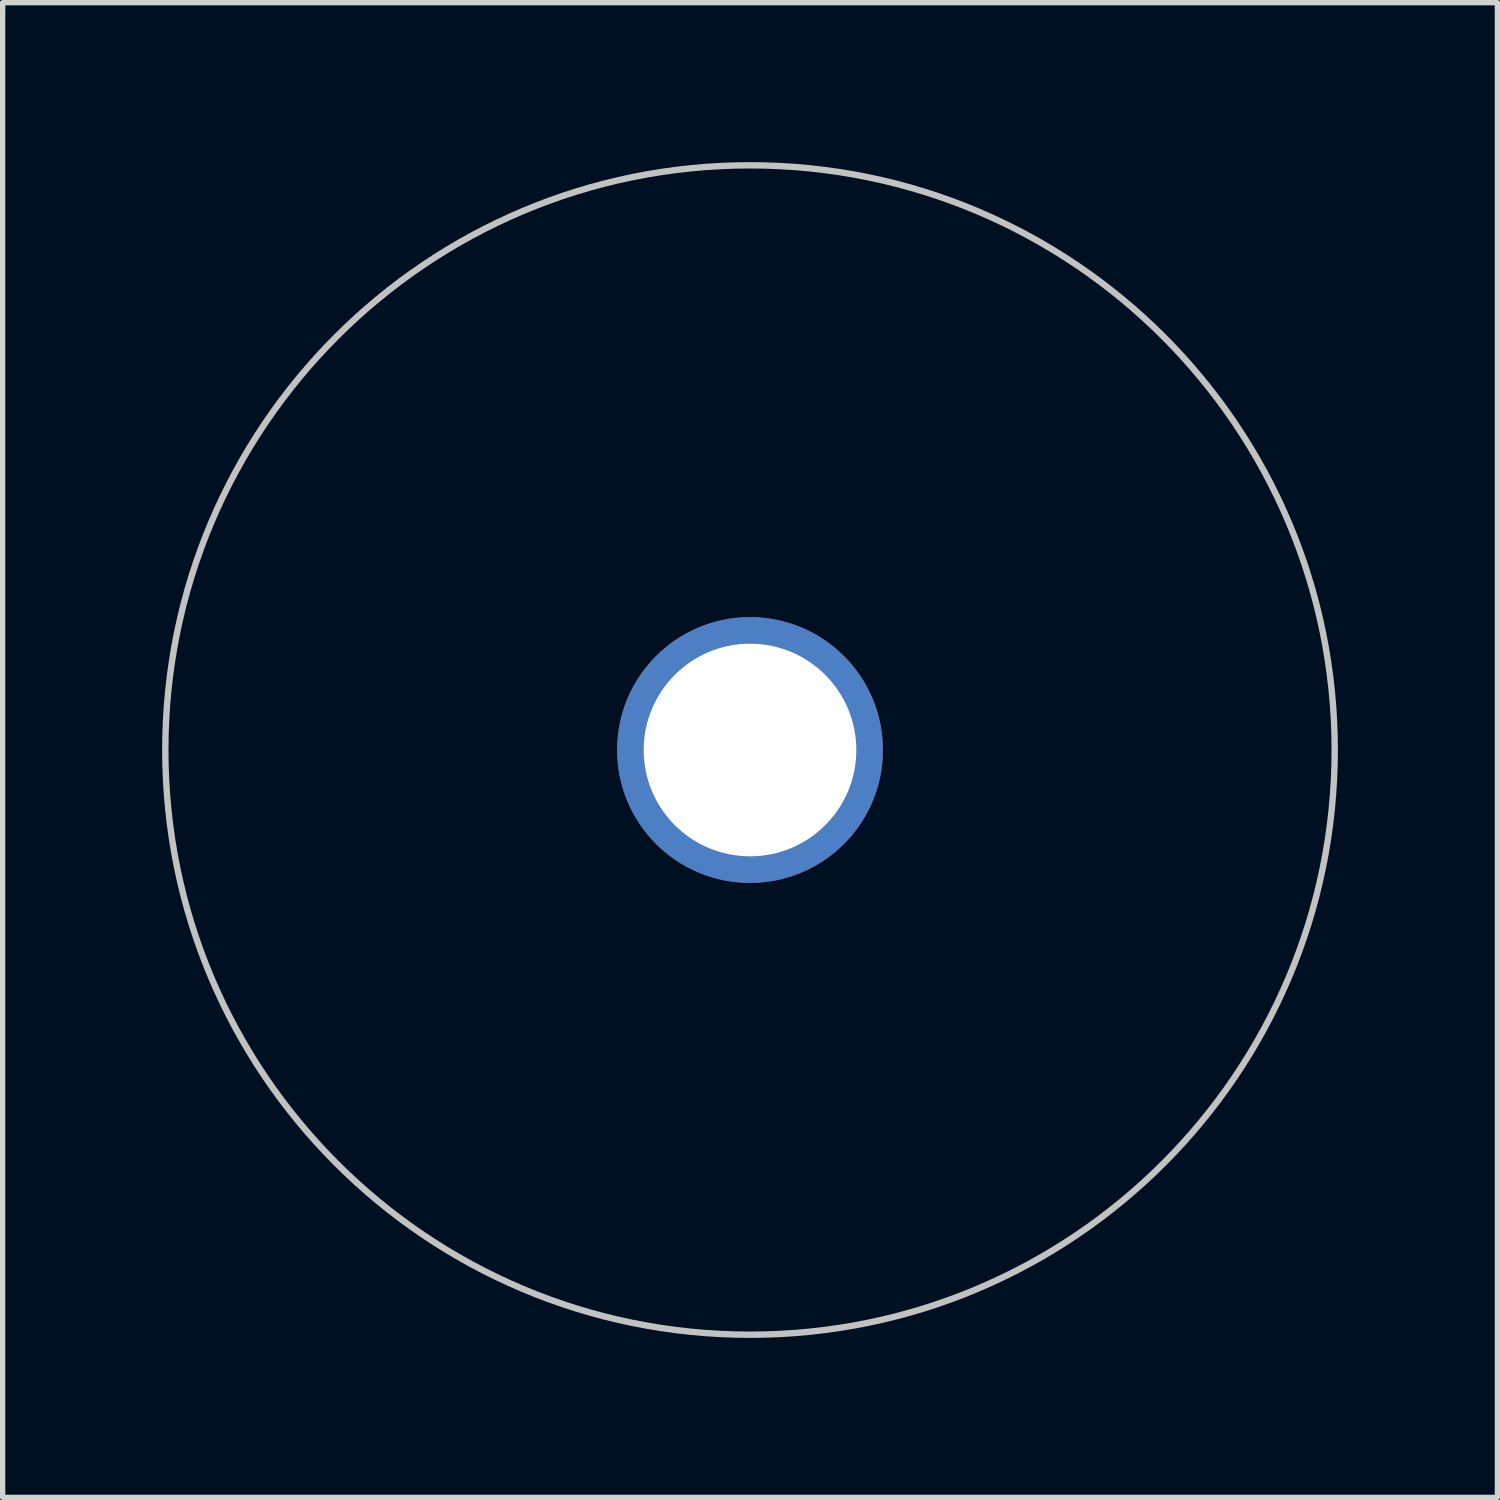
<source format=kicad_pcb>
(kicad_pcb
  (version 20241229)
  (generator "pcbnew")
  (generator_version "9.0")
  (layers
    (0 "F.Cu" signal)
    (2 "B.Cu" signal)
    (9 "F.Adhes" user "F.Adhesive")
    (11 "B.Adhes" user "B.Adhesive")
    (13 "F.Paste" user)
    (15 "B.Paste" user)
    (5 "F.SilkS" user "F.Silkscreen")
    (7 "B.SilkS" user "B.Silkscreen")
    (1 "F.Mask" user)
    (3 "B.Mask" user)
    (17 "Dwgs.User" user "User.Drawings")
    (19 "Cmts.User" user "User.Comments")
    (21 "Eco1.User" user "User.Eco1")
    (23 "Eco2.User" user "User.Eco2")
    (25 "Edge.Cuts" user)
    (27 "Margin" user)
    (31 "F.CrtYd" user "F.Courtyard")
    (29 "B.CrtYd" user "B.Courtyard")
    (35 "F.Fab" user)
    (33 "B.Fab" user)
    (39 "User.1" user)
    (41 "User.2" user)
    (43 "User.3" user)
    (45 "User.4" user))
  (footprint "feet"
    (layer "F.Cu")
    (at 11.06 11.06)
    (property "Reference" "feet" (at 0 0.5 0) (layer "F.SilkS") (effects (font (size 1 1) (thickness 0.15))))
    (attr through_hole)
    (fp_circle (center 0 0) (end 11 0) (stroke (width 0.12) (type solid)) (fill no) (layer "Dwgs.User"))
    (pad "1" thru_hole circle (at 0 0) (size 5 5) (drill 4) (layers "*.Cu" "F.Mask")))
  (gr_rect
    (start -3 -3)
    (end 25.12 25.12)
    (stroke (width 0.1) (type default))
    (fill no)
    (layer "Edge.Cuts")))
</source>
